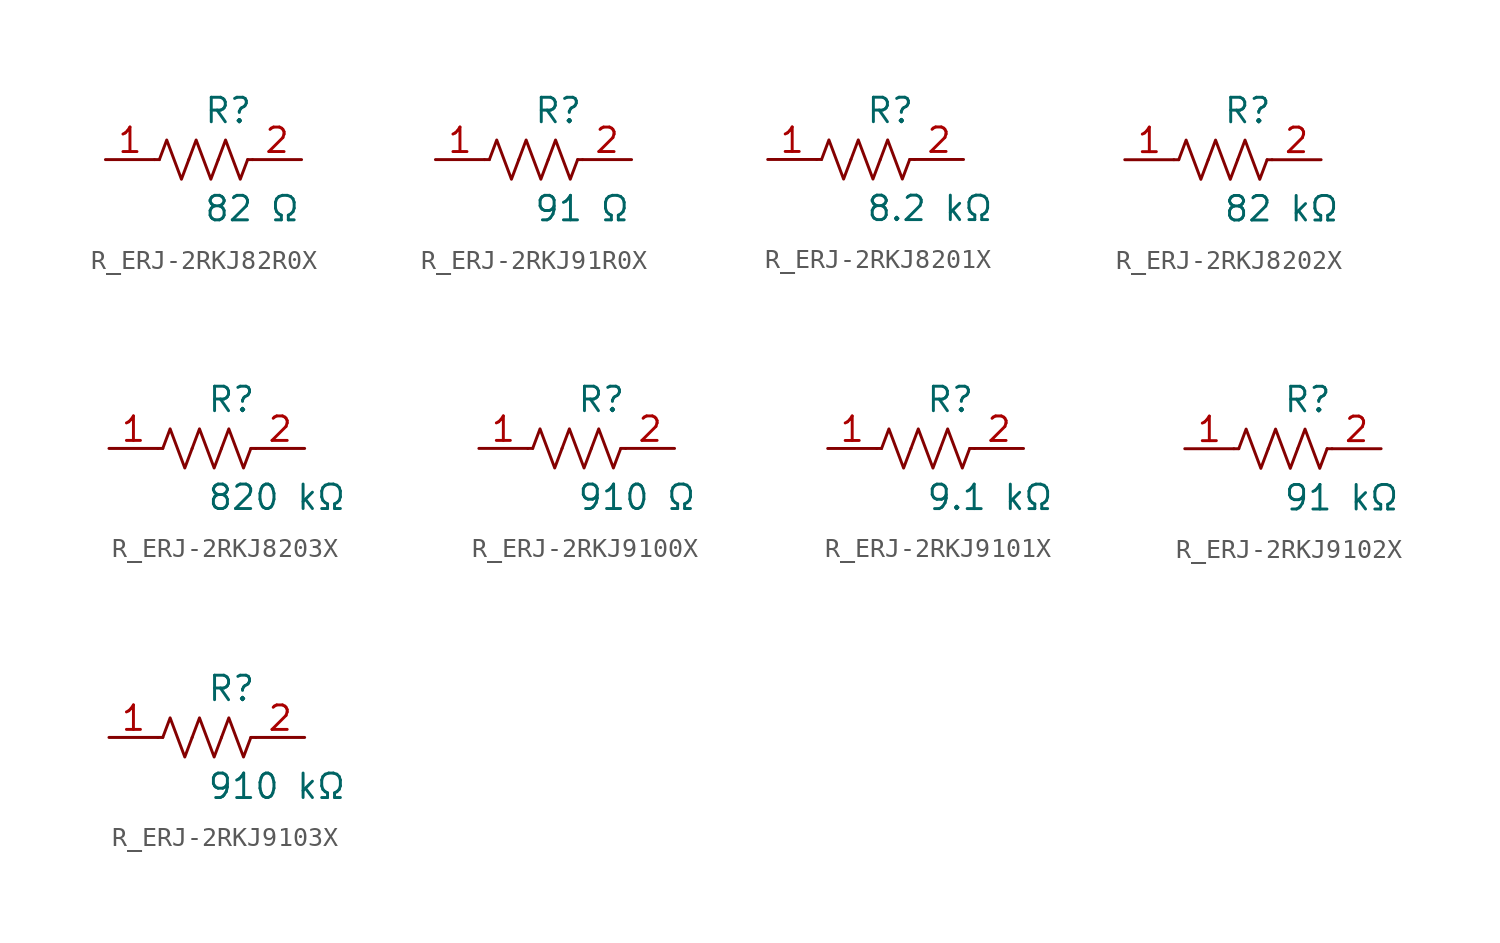
<source format=kicad_sym>
(kicad_symbol_lib
  (version 20231120)
  (generator kicad_symbol_editor)
  (generator_version 8.0)
  (symbol "R_ERJ-2RKJ82R0X"
    (pin_names
      (offset 0.254))
    (property "Reference" "R"
      (at 0.0 2.54 0)
      (effects (font (size 1.27 1.27)) (justify left)))
    (property "Value" "82 Ω"
      (at 0.0 -2.54 0)
      (effects (font (size 1.27 1.27)) (justify left)))
    (symbol "R_ERJ-2RKJ82R0X_0_1"
      (polyline (pts (xy 2.286 0) (xy 2.54 0)) (stroke (width 0) (type default)) (fill (type none)))
      (polyline (pts (xy -2.286 0) (xy -2.54 0)) (stroke (width 0) (type default)) (fill (type none)))
      (polyline (pts (xy 0.762 0) (xy 1.143 1.016) (xy 1.524 0) (xy 1.905 -1.016) (xy 2.286 0)) (stroke (width 0) (type default)) (fill (type none)))
      (polyline (pts (xy -0.762 0) (xy -0.381 1.016) (xy 0 0) (xy 0.381 -1.016) (xy 0.762 0)) (stroke (width 0) (type default)) (fill (type none)))
      (polyline (pts (xy -2.286 0) (xy -1.905 1.016) (xy -1.524 0) (xy -1.143 -1.016) (xy -0.762 0)) (stroke (width 0) (type default)) (fill (type none))))
    (pin unspecified line
      (at -5.08 0 0)
      (length 2.54)
      (name "" (effects (font (size 1.27 1.27))))
      (number "1" (effects (font (size 1.27 1.27)))))
    (pin unspecified line
      (at 5.08 0 180)
      (length 2.54)
      (name "" (effects (font (size 1.27 1.27))))
      (number "2" (effects (font (size 1.27 1.27))))))
  (symbol "R_ERJ-2RKJ91R0X"
    (pin_names
      (offset 0.254))
    (property "Reference" "R"
      (at 0.0 2.54 0)
      (effects (font (size 1.27 1.27)) (justify left)))
    (property "Value" "91 Ω"
      (at 0.0 -2.54 0)
      (effects (font (size 1.27 1.27)) (justify left)))
    (symbol "R_ERJ-2RKJ91R0X_0_1"
      (polyline (pts (xy 2.286 0) (xy 2.54 0)) (stroke (width 0) (type default)) (fill (type none)))
      (polyline (pts (xy -2.286 0) (xy -2.54 0)) (stroke (width 0) (type default)) (fill (type none)))
      (polyline (pts (xy 0.762 0) (xy 1.143 1.016) (xy 1.524 0) (xy 1.905 -1.016) (xy 2.286 0)) (stroke (width 0) (type default)) (fill (type none)))
      (polyline (pts (xy -0.762 0) (xy -0.381 1.016) (xy 0 0) (xy 0.381 -1.016) (xy 0.762 0)) (stroke (width 0) (type default)) (fill (type none)))
      (polyline (pts (xy -2.286 0) (xy -1.905 1.016) (xy -1.524 0) (xy -1.143 -1.016) (xy -0.762 0)) (stroke (width 0) (type default)) (fill (type none))))
    (pin unspecified line
      (at -5.08 0 0)
      (length 2.54)
      (name "" (effects (font (size 1.27 1.27))))
      (number "1" (effects (font (size 1.27 1.27)))))
    (pin unspecified line
      (at 5.08 0 180)
      (length 2.54)
      (name "" (effects (font (size 1.27 1.27))))
      (number "2" (effects (font (size 1.27 1.27))))))
  (symbol "R_ERJ-2RKJ8201X"
    (pin_names
      (offset 0.254))
    (property "Reference" "R"
      (at 0.0 2.54 0)
      (effects (font (size 1.27 1.27)) (justify left)))
    (property "Value" "8.2 kΩ"
      (at 0.0 -2.54 0)
      (effects (font (size 1.27 1.27)) (justify left)))
    (symbol "R_ERJ-2RKJ8201X_0_1"
      (polyline (pts (xy 2.286 0) (xy 2.54 0)) (stroke (width 0) (type default)) (fill (type none)))
      (polyline (pts (xy -2.286 0) (xy -2.54 0)) (stroke (width 0) (type default)) (fill (type none)))
      (polyline (pts (xy 0.762 0) (xy 1.143 1.016) (xy 1.524 0) (xy 1.905 -1.016) (xy 2.286 0)) (stroke (width 0) (type default)) (fill (type none)))
      (polyline (pts (xy -0.762 0) (xy -0.381 1.016) (xy 0 0) (xy 0.381 -1.016) (xy 0.762 0)) (stroke (width 0) (type default)) (fill (type none)))
      (polyline (pts (xy -2.286 0) (xy -1.905 1.016) (xy -1.524 0) (xy -1.143 -1.016) (xy -0.762 0)) (stroke (width 0) (type default)) (fill (type none))))
    (pin unspecified line
      (at -5.08 0 0)
      (length 2.54)
      (name "" (effects (font (size 1.27 1.27))))
      (number "1" (effects (font (size 1.27 1.27)))))
    (pin unspecified line
      (at 5.08 0 180)
      (length 2.54)
      (name "" (effects (font (size 1.27 1.27))))
      (number "2" (effects (font (size 1.27 1.27))))))
  (symbol "R_ERJ-2RKJ8202X"
    (pin_names
      (offset 0.254))
    (property "Reference" "R"
      (at 0.0 2.54 0)
      (effects (font (size 1.27 1.27)) (justify left)))
    (property "Value" "82 kΩ"
      (at 0.0 -2.54 0)
      (effects (font (size 1.27 1.27)) (justify left)))
    (symbol "R_ERJ-2RKJ8202X_0_1"
      (polyline (pts (xy 2.286 0) (xy 2.54 0)) (stroke (width 0) (type default)) (fill (type none)))
      (polyline (pts (xy -2.286 0) (xy -2.54 0)) (stroke (width 0) (type default)) (fill (type none)))
      (polyline (pts (xy 0.762 0) (xy 1.143 1.016) (xy 1.524 0) (xy 1.905 -1.016) (xy 2.286 0)) (stroke (width 0) (type default)) (fill (type none)))
      (polyline (pts (xy -0.762 0) (xy -0.381 1.016) (xy 0 0) (xy 0.381 -1.016) (xy 0.762 0)) (stroke (width 0) (type default)) (fill (type none)))
      (polyline (pts (xy -2.286 0) (xy -1.905 1.016) (xy -1.524 0) (xy -1.143 -1.016) (xy -0.762 0)) (stroke (width 0) (type default)) (fill (type none))))
    (pin unspecified line
      (at -5.08 0 0)
      (length 2.54)
      (name "" (effects (font (size 1.27 1.27))))
      (number "1" (effects (font (size 1.27 1.27)))))
    (pin unspecified line
      (at 5.08 0 180)
      (length 2.54)
      (name "" (effects (font (size 1.27 1.27))))
      (number "2" (effects (font (size 1.27 1.27))))))
  (symbol "R_ERJ-2RKJ8203X"
    (pin_names
      (offset 0.254))
    (property "Reference" "R"
      (at 0.0 2.54 0)
      (effects (font (size 1.27 1.27)) (justify left)))
    (property "Value" "820 kΩ"
      (at 0.0 -2.54 0)
      (effects (font (size 1.27 1.27)) (justify left)))
    (symbol "R_ERJ-2RKJ8203X_0_1"
      (polyline (pts (xy 2.286 0) (xy 2.54 0)) (stroke (width 0) (type default)) (fill (type none)))
      (polyline (pts (xy -2.286 0) (xy -2.54 0)) (stroke (width 0) (type default)) (fill (type none)))
      (polyline (pts (xy 0.762 0) (xy 1.143 1.016) (xy 1.524 0) (xy 1.905 -1.016) (xy 2.286 0)) (stroke (width 0) (type default)) (fill (type none)))
      (polyline (pts (xy -0.762 0) (xy -0.381 1.016) (xy 0 0) (xy 0.381 -1.016) (xy 0.762 0)) (stroke (width 0) (type default)) (fill (type none)))
      (polyline (pts (xy -2.286 0) (xy -1.905 1.016) (xy -1.524 0) (xy -1.143 -1.016) (xy -0.762 0)) (stroke (width 0) (type default)) (fill (type none))))
    (pin unspecified line
      (at -5.08 0 0)
      (length 2.54)
      (name "" (effects (font (size 1.27 1.27))))
      (number "1" (effects (font (size 1.27 1.27)))))
    (pin unspecified line
      (at 5.08 0 180)
      (length 2.54)
      (name "" (effects (font (size 1.27 1.27))))
      (number "2" (effects (font (size 1.27 1.27))))))
  (symbol "R_ERJ-2RKJ9100X"
    (pin_names
      (offset 0.254))
    (property "Reference" "R"
      (at 0.0 2.54 0)
      (effects (font (size 1.27 1.27)) (justify left)))
    (property "Value" "910 Ω"
      (at 0.0 -2.54 0)
      (effects (font (size 1.27 1.27)) (justify left)))
    (symbol "R_ERJ-2RKJ9100X_0_1"
      (polyline (pts (xy 2.286 0) (xy 2.54 0)) (stroke (width 0) (type default)) (fill (type none)))
      (polyline (pts (xy -2.286 0) (xy -2.54 0)) (stroke (width 0) (type default)) (fill (type none)))
      (polyline (pts (xy 0.762 0) (xy 1.143 1.016) (xy 1.524 0) (xy 1.905 -1.016) (xy 2.286 0)) (stroke (width 0) (type default)) (fill (type none)))
      (polyline (pts (xy -0.762 0) (xy -0.381 1.016) (xy 0 0) (xy 0.381 -1.016) (xy 0.762 0)) (stroke (width 0) (type default)) (fill (type none)))
      (polyline (pts (xy -2.286 0) (xy -1.905 1.016) (xy -1.524 0) (xy -1.143 -1.016) (xy -0.762 0)) (stroke (width 0) (type default)) (fill (type none))))
    (pin unspecified line
      (at -5.08 0 0)
      (length 2.54)
      (name "" (effects (font (size 1.27 1.27))))
      (number "1" (effects (font (size 1.27 1.27)))))
    (pin unspecified line
      (at 5.08 0 180)
      (length 2.54)
      (name "" (effects (font (size 1.27 1.27))))
      (number "2" (effects (font (size 1.27 1.27))))))
  (symbol "R_ERJ-2RKJ9101X"
    (pin_names
      (offset 0.254))
    (property "Reference" "R"
      (at 0.0 2.54 0)
      (effects (font (size 1.27 1.27)) (justify left)))
    (property "Value" "9.1 kΩ"
      (at 0.0 -2.54 0)
      (effects (font (size 1.27 1.27)) (justify left)))
    (symbol "R_ERJ-2RKJ9101X_0_1"
      (polyline (pts (xy 2.286 0) (xy 2.54 0)) (stroke (width 0) (type default)) (fill (type none)))
      (polyline (pts (xy -2.286 0) (xy -2.54 0)) (stroke (width 0) (type default)) (fill (type none)))
      (polyline (pts (xy 0.762 0) (xy 1.143 1.016) (xy 1.524 0) (xy 1.905 -1.016) (xy 2.286 0)) (stroke (width 0) (type default)) (fill (type none)))
      (polyline (pts (xy -0.762 0) (xy -0.381 1.016) (xy 0 0) (xy 0.381 -1.016) (xy 0.762 0)) (stroke (width 0) (type default)) (fill (type none)))
      (polyline (pts (xy -2.286 0) (xy -1.905 1.016) (xy -1.524 0) (xy -1.143 -1.016) (xy -0.762 0)) (stroke (width 0) (type default)) (fill (type none))))
    (pin unspecified line
      (at -5.08 0 0)
      (length 2.54)
      (name "" (effects (font (size 1.27 1.27))))
      (number "1" (effects (font (size 1.27 1.27)))))
    (pin unspecified line
      (at 5.08 0 180)
      (length 2.54)
      (name "" (effects (font (size 1.27 1.27))))
      (number "2" (effects (font (size 1.27 1.27))))))
  (symbol "R_ERJ-2RKJ9102X"
    (pin_names
      (offset 0.254))
    (property "Reference" "R"
      (at 0.0 2.54 0)
      (effects (font (size 1.27 1.27)) (justify left)))
    (property "Value" "91 kΩ"
      (at 0.0 -2.54 0)
      (effects (font (size 1.27 1.27)) (justify left)))
    (symbol "R_ERJ-2RKJ9102X_0_1"
      (polyline (pts (xy 2.286 0) (xy 2.54 0)) (stroke (width 0) (type default)) (fill (type none)))
      (polyline (pts (xy -2.286 0) (xy -2.54 0)) (stroke (width 0) (type default)) (fill (type none)))
      (polyline (pts (xy 0.762 0) (xy 1.143 1.016) (xy 1.524 0) (xy 1.905 -1.016) (xy 2.286 0)) (stroke (width 0) (type default)) (fill (type none)))
      (polyline (pts (xy -0.762 0) (xy -0.381 1.016) (xy 0 0) (xy 0.381 -1.016) (xy 0.762 0)) (stroke (width 0) (type default)) (fill (type none)))
      (polyline (pts (xy -2.286 0) (xy -1.905 1.016) (xy -1.524 0) (xy -1.143 -1.016) (xy -0.762 0)) (stroke (width 0) (type default)) (fill (type none))))
    (pin unspecified line
      (at -5.08 0 0)
      (length 2.54)
      (name "" (effects (font (size 1.27 1.27))))
      (number "1" (effects (font (size 1.27 1.27)))))
    (pin unspecified line
      (at 5.08 0 180)
      (length 2.54)
      (name "" (effects (font (size 1.27 1.27))))
      (number "2" (effects (font (size 1.27 1.27))))))
  (symbol "R_ERJ-2RKJ9103X"
    (pin_names
      (offset 0.254))
    (property "Reference" "R"
      (at 0.0 2.54 0)
      (effects (font (size 1.27 1.27)) (justify left)))
    (property "Value" "910 kΩ"
      (at 0.0 -2.54 0)
      (effects (font (size 1.27 1.27)) (justify left)))
    (symbol "R_ERJ-2RKJ9103X_0_1"
      (polyline (pts (xy 2.286 0) (xy 2.54 0)) (stroke (width 0) (type default)) (fill (type none)))
      (polyline (pts (xy -2.286 0) (xy -2.54 0)) (stroke (width 0) (type default)) (fill (type none)))
      (polyline (pts (xy 0.762 0) (xy 1.143 1.016) (xy 1.524 0) (xy 1.905 -1.016) (xy 2.286 0)) (stroke (width 0) (type default)) (fill (type none)))
      (polyline (pts (xy -0.762 0) (xy -0.381 1.016) (xy 0 0) (xy 0.381 -1.016) (xy 0.762 0)) (stroke (width 0) (type default)) (fill (type none)))
      (polyline (pts (xy -2.286 0) (xy -1.905 1.016) (xy -1.524 0) (xy -1.143 -1.016) (xy -0.762 0)) (stroke (width 0) (type default)) (fill (type none))))
    (pin unspecified line
      (at -5.08 0 0)
      (length 2.54)
      (name "" (effects (font (size 1.27 1.27))))
      (number "1" (effects (font (size 1.27 1.27)))))
    (pin unspecified line
      (at 5.08 0 180)
      (length 2.54)
      (name "" (effects (font (size 1.27 1.27))))
      (number "2" (effects (font (size 1.27 1.27)))))))
</source>
